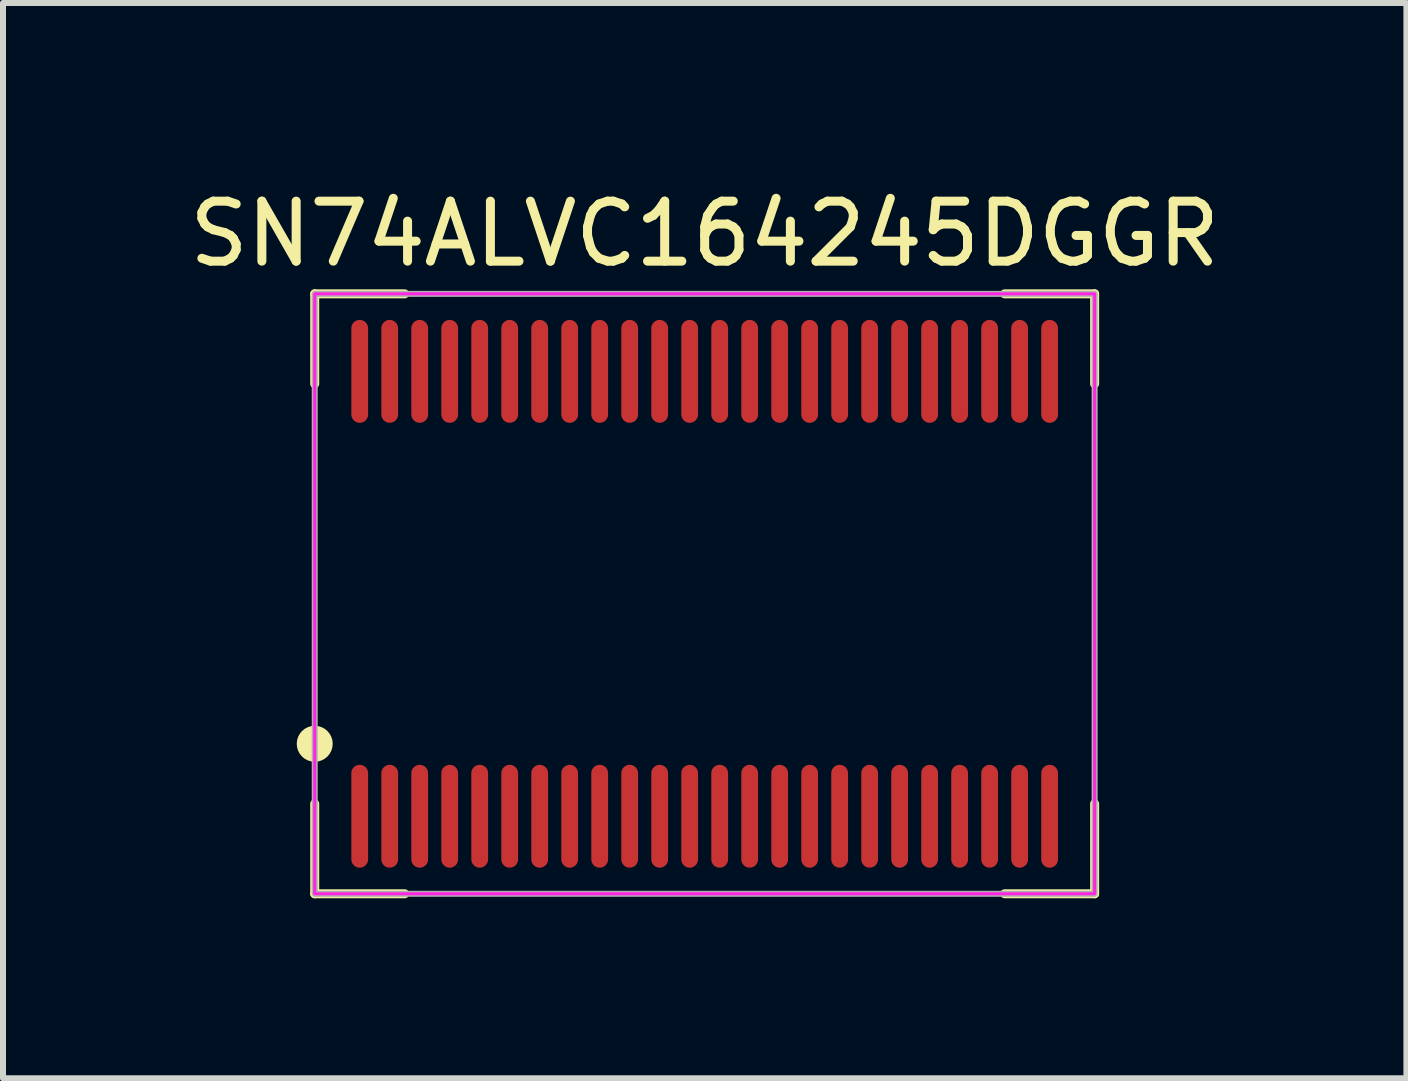
<source format=kicad_pcb>
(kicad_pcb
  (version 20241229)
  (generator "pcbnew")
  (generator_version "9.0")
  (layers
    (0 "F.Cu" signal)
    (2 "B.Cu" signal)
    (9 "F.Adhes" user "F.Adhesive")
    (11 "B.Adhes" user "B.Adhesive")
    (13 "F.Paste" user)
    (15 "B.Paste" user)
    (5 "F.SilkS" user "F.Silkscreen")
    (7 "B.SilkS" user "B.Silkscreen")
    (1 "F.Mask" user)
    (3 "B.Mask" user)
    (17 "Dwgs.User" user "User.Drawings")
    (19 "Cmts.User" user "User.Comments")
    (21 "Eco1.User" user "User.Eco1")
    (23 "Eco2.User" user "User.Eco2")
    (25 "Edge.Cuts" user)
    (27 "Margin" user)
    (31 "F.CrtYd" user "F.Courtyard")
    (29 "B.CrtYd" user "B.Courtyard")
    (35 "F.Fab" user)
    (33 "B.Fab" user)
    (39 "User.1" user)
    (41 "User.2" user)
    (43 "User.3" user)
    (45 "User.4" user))
  (footprint "SN74ALVC164245DGGR"
    (layer "F.Cu")
    (at 8.696 6.848)
    (property "Reference" "SN74ALVC164245DGGR" (at 0 -6 0) (layer "F.SilkS") (effects (font (size 1 1) (thickness 0.15))))
    (attr smd)
    (fp_line (start -6.5 -5) (end -6.5 -3.5) (stroke (width 0.15) (type solid)) (layer "F.SilkS"))
    (fp_line (start -6.5 -5) (end -5 -5) (stroke (width 0.15) (type default)) (layer "F.SilkS"))
    (fp_line (start -6.5 5) (end -6.5 3.5) (stroke (width 0.15) (type solid)) (layer "F.SilkS"))
    (fp_line (start -5 5) (end -6.5 5) (stroke (width 0.15) (type solid)) (layer "F.SilkS"))
    (fp_line (start 6.5 -5) (end 5 -5) (stroke (width 0.15) (type solid)) (layer "F.SilkS"))
    (fp_line (start 6.5 -3.5) (end 6.5 -5) (stroke (width 0.15) (type solid)) (layer "F.SilkS"))
    (fp_line (start 6.5 3.5) (end 6.5 5) (stroke (width 0.15) (type solid)) (layer "F.SilkS"))
    (fp_line (start 6.5 5) (end 5 5) (stroke (width 0.15) (type solid)) (layer "F.SilkS"))
    (fp_circle (center -6.5 2.5) (end -6.35 2.5) (stroke (width 0.3) (type solid)) (fill no) (layer "F.SilkS"))
    (fp_rect (start -6.5 -5) (end 6.5 5) (stroke (width 0.05) (type default)) (fill no) (layer "F.CrtYd"))
    (fp_rect (start -6.5 -5) (end 6.5 5) (stroke (width 0.1) (type default)) (fill no) (layer "F.Fab"))
    (pad "1" smd oval (at -5.75 3.708) (size 0.28 1.715) (layers "F.Cu" "F.Mask" "F.Paste"))
    (pad "2" smd oval (at -5.25 3.708) (size 0.28 1.715) (layers "F.Cu" "F.Mask" "F.Paste"))
    (pad "3" smd oval (at -4.75 3.708) (size 0.28 1.715) (layers "F.Cu" "F.Mask" "F.Paste"))
    (pad "4" smd oval (at -4.25 3.708) (size 0.28 1.715) (layers "F.Cu" "F.Mask" "F.Paste"))
    (pad "5" smd oval (at -3.75 3.708) (size 0.28 1.715) (layers "F.Cu" "F.Mask" "F.Paste"))
    (pad "6" smd oval (at -3.25 3.708) (size 0.28 1.715) (layers "F.Cu" "F.Mask" "F.Paste"))
    (pad "7" smd oval (at -2.75 3.708) (size 0.28 1.715) (layers "F.Cu" "F.Mask" "F.Paste"))
    (pad "8" smd oval (at -2.25 3.708) (size 0.28 1.715) (layers "F.Cu" "F.Mask" "F.Paste"))
    (pad "9" smd oval (at -1.75 3.708) (size 0.28 1.715) (layers "F.Cu" "F.Mask" "F.Paste"))
    (pad "10" smd oval (at -1.25 3.708) (size 0.28 1.715) (layers "F.Cu" "F.Mask" "F.Paste"))
    (pad "11" smd oval (at -0.75 3.708) (size 0.28 1.715) (layers "F.Cu" "F.Mask" "F.Paste"))
    (pad "12" smd oval (at -0.25 3.708) (size 0.28 1.715) (layers "F.Cu" "F.Mask" "F.Paste"))
    (pad "13" smd oval (at 0.25 3.708) (size 0.28 1.715) (layers "F.Cu" "F.Mask" "F.Paste"))
    (pad "14" smd oval (at 0.75 3.708) (size 0.28 1.715) (layers "F.Cu" "F.Mask" "F.Paste"))
    (pad "15" smd oval (at 1.25 3.708) (size 0.28 1.715) (layers "F.Cu" "F.Mask" "F.Paste"))
    (pad "16" smd oval (at 1.75 3.708) (size 0.28 1.715) (layers "F.Cu" "F.Mask" "F.Paste"))
    (pad "17" smd oval (at 2.25 3.708) (size 0.28 1.715) (layers "F.Cu" "F.Mask" "F.Paste"))
    (pad "18" smd oval (at 2.75 3.708) (size 0.28 1.715) (layers "F.Cu" "F.Mask" "F.Paste"))
    (pad "19" smd oval (at 3.25 3.708) (size 0.28 1.715) (layers "F.Cu" "F.Mask" "F.Paste"))
    (pad "20" smd oval (at 3.75 3.708) (size 0.28 1.715) (layers "F.Cu" "F.Mask" "F.Paste"))
    (pad "21" smd oval (at 4.25 3.708) (size 0.28 1.715) (layers "F.Cu" "F.Mask" "F.Paste"))
    (pad "22" smd oval (at 4.75 3.708) (size 0.28 1.715) (layers "F.Cu" "F.Mask" "F.Paste"))
    (pad "23" smd oval (at 5.25 3.708) (size 0.28 1.715) (layers "F.Cu" "F.Mask" "F.Paste"))
    (pad "24" smd oval (at 5.75 3.708) (size 0.28 1.715) (layers "F.Cu" "F.Mask" "F.Paste"))
    (pad "25" smd oval (at 5.75 -3.708) (size 0.28 1.715) (layers "F.Cu" "F.Mask" "F.Paste"))
    (pad "26" smd oval (at 5.25 -3.708) (size 0.28 1.715) (layers "F.Cu" "F.Mask" "F.Paste"))
    (pad "27" smd oval (at 4.75 -3.708) (size 0.28 1.715) (layers "F.Cu" "F.Mask" "F.Paste"))
    (pad "28" smd oval (at 4.25 -3.708) (size 0.28 1.715) (layers "F.Cu" "F.Mask" "F.Paste"))
    (pad "29" smd oval (at 3.75 -3.708) (size 0.28 1.715) (layers "F.Cu" "F.Mask" "F.Paste"))
    (pad "30" smd oval (at 3.25 -3.708) (size 0.28 1.715) (layers "F.Cu" "F.Mask" "F.Paste"))
    (pad "31" smd oval (at 2.75 -3.708) (size 0.28 1.715) (layers "F.Cu" "F.Mask" "F.Paste"))
    (pad "32" smd oval (at 2.25 -3.708) (size 0.28 1.715) (layers "F.Cu" "F.Mask" "F.Paste"))
    (pad "33" smd oval (at 1.75 -3.708) (size 0.28 1.715) (layers "F.Cu" "F.Mask" "F.Paste"))
    (pad "34" smd oval (at 1.25 -3.708) (size 0.28 1.715) (layers "F.Cu" "F.Mask" "F.Paste"))
    (pad "35" smd oval (at 0.75 -3.708) (size 0.28 1.715) (layers "F.Cu" "F.Mask" "F.Paste"))
    (pad "36" smd oval (at 0.25 -3.708) (size 0.28 1.715) (layers "F.Cu" "F.Mask" "F.Paste"))
    (pad "37" smd oval (at -0.25 -3.708) (size 0.28 1.715) (layers "F.Cu" "F.Mask" "F.Paste"))
    (pad "38" smd oval (at -0.75 -3.708) (size 0.28 1.715) (layers "F.Cu" "F.Mask" "F.Paste"))
    (pad "39" smd oval (at -1.25 -3.708) (size 0.28 1.715) (layers "F.Cu" "F.Mask" "F.Paste"))
    (pad "40" smd oval (at -1.75 -3.708) (size 0.28 1.715) (layers "F.Cu" "F.Mask" "F.Paste"))
    (pad "41" smd oval (at -2.25 -3.708) (size 0.28 1.715) (layers "F.Cu" "F.Mask" "F.Paste"))
    (pad "42" smd oval (at -2.75 -3.708) (size 0.28 1.715) (layers "F.Cu" "F.Mask" "F.Paste"))
    (pad "43" smd oval (at -3.25 -3.708) (size 0.28 1.715) (layers "F.Cu" "F.Mask" "F.Paste"))
    (pad "44" smd oval (at -3.75 -3.708) (size 0.28 1.715) (layers "F.Cu" "F.Mask" "F.Paste"))
    (pad "45" smd oval (at -4.25 -3.708) (size 0.28 1.715) (layers "F.Cu" "F.Mask" "F.Paste"))
    (pad "46" smd oval (at -4.75 -3.708) (size 0.28 1.715) (layers "F.Cu" "F.Mask" "F.Paste"))
    (pad "47" smd oval (at -5.25 -3.708) (size 0.28 1.715) (layers "F.Cu" "F.Mask" "F.Paste"))
    (pad "48" smd oval (at -5.75 -3.708) (size 0.28 1.715) (layers "F.Cu" "F.Mask" "F.Paste")))
  (gr_rect
    (start -3 -3)
    (end 20.393 14.923)
    (stroke (width 0.1) (type default))
    (fill no)
    (layer "Edge.Cuts")))
</source>
